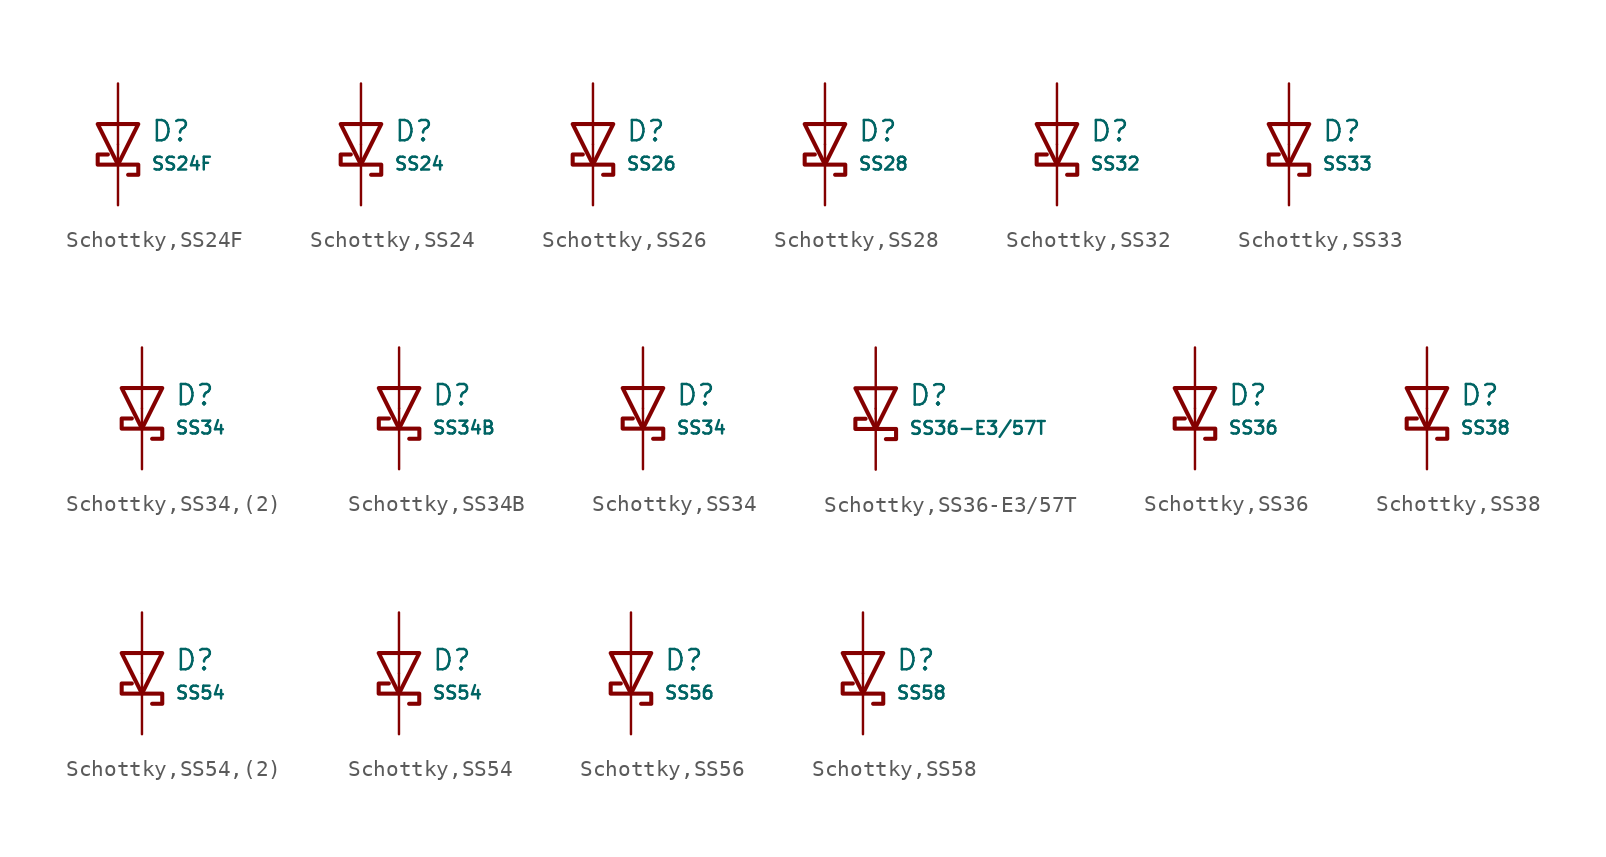
<source format=kicad_sym>
(kicad_symbol_lib
  (version 20231120)
  (generator "CDFER")
  (generator_version "8.0")
  (symbol "Schottky,SS24F"
    (pin_numbers hide)
    (pin_names
      (offset 0))
    (property "Reference" "D"
      (at 2.032 0.834 0)
      (effects (font (size 1.27 1.27)) (justify left)))
    (property "Value" "SS24F"
      (at 2.032 -1.212 0)
      (effects (font (size 0.8 0.8)) (justify left)))
    (symbol "Schottky,SS24F_0_1"
      (polyline (pts (xy -1.27 1.27) (xy 0.00 -1.27) (xy 1.27 1.27) (xy -1.27 1.27)) (stroke (width 0.254) (type default)) (fill (type none))))
    (symbol "Schottky,SS24F_0_1"
      (polyline (pts (xy 0.635 -1.905) (xy 1.27 -1.905) (xy 1.27 -1.27) (xy -1.27 -1.27) (xy -1.27 -0.635) (xy -0.635 -0.635)) (stroke (width 0.254) (type default)) (fill (type none))))
    (symbol "Schottky,SS24F_1_1"
      (pin passive line (at 0 3.81 270) (length 3.81) (name "~" (effects (font (size 1.27 1.27)))) (number "2" (effects (font (size 1.27 1.27)))))
      (pin passive line (at 0 -3.81 90) (length 3.81) (name "~" (effects (font (size 1.27 1.27)))) (number "1" (effects (font (size 1.27 1.27)))))))
  (symbol "Schottky,SS24"
    (pin_numbers hide)
    (pin_names
      (offset 0))
    (property "Reference" "D"
      (at 2.032 0.834 0)
      (effects (font (size 1.27 1.27)) (justify left)))
    (property "Value" "SS24"
      (at 2.032 -1.212 0)
      (effects (font (size 0.8 0.8)) (justify left)))
    (symbol "Schottky,SS24_0_1"
      (polyline (pts (xy -1.27 1.27) (xy 0.00 -1.27) (xy 1.27 1.27) (xy -1.27 1.27)) (stroke (width 0.254) (type default)) (fill (type none))))
    (symbol "Schottky,SS24_0_1"
      (polyline (pts (xy 0.635 -1.905) (xy 1.27 -1.905) (xy 1.27 -1.27) (xy -1.27 -1.27) (xy -1.27 -0.635) (xy -0.635 -0.635)) (stroke (width 0.254) (type default)) (fill (type none))))
    (symbol "Schottky,SS24_1_1"
      (pin passive line (at 0 3.81 270) (length 3.81) (name "~" (effects (font (size 1.27 1.27)))) (number "2" (effects (font (size 1.27 1.27)))))
      (pin passive line (at 0 -3.81 90) (length 3.81) (name "~" (effects (font (size 1.27 1.27)))) (number "1" (effects (font (size 1.27 1.27)))))))
  (symbol "Schottky,SS26"
    (pin_numbers hide)
    (pin_names
      (offset 0))
    (property "Reference" "D"
      (at 2.032 0.834 0)
      (effects (font (size 1.27 1.27)) (justify left)))
    (property "Value" "SS26"
      (at 2.032 -1.212 0)
      (effects (font (size 0.8 0.8)) (justify left)))
    (symbol "Schottky,SS26_0_1"
      (polyline (pts (xy -1.27 1.27) (xy 0.00 -1.27) (xy 1.27 1.27) (xy -1.27 1.27)) (stroke (width 0.254) (type default)) (fill (type none))))
    (symbol "Schottky,SS26_0_1"
      (polyline (pts (xy 0.635 -1.905) (xy 1.27 -1.905) (xy 1.27 -1.27) (xy -1.27 -1.27) (xy -1.27 -0.635) (xy -0.635 -0.635)) (stroke (width 0.254) (type default)) (fill (type none))))
    (symbol "Schottky,SS26_1_1"
      (pin passive line (at 0 3.81 270) (length 3.81) (name "~" (effects (font (size 1.27 1.27)))) (number "2" (effects (font (size 1.27 1.27)))))
      (pin passive line (at 0 -3.81 90) (length 3.81) (name "~" (effects (font (size 1.27 1.27)))) (number "1" (effects (font (size 1.27 1.27)))))))
  (symbol "Schottky,SS28"
    (pin_numbers hide)
    (pin_names
      (offset 0))
    (property "Reference" "D"
      (at 2.032 0.834 0)
      (effects (font (size 1.27 1.27)) (justify left)))
    (property "Value" "SS28"
      (at 2.032 -1.212 0)
      (effects (font (size 0.8 0.8)) (justify left)))
    (symbol "Schottky,SS28_0_1"
      (polyline (pts (xy -1.27 1.27) (xy 0.00 -1.27) (xy 1.27 1.27) (xy -1.27 1.27)) (stroke (width 0.254) (type default)) (fill (type none))))
    (symbol "Schottky,SS28_0_1"
      (polyline (pts (xy 0.635 -1.905) (xy 1.27 -1.905) (xy 1.27 -1.27) (xy -1.27 -1.27) (xy -1.27 -0.635) (xy -0.635 -0.635)) (stroke (width 0.254) (type default)) (fill (type none))))
    (symbol "Schottky,SS28_1_1"
      (pin passive line (at 0 3.81 270) (length 3.81) (name "~" (effects (font (size 1.27 1.27)))) (number "2" (effects (font (size 1.27 1.27)))))
      (pin passive line (at 0 -3.81 90) (length 3.81) (name "~" (effects (font (size 1.27 1.27)))) (number "1" (effects (font (size 1.27 1.27)))))))
  (symbol "Schottky,SS32"
    (pin_numbers hide)
    (pin_names
      (offset 0))
    (property "Reference" "D"
      (at 2.032 0.834 0)
      (effects (font (size 1.27 1.27)) (justify left)))
    (property "Value" "SS32"
      (at 2.032 -1.212 0)
      (effects (font (size 0.8 0.8)) (justify left)))
    (symbol "Schottky,SS32_0_1"
      (polyline (pts (xy -1.27 1.27) (xy 0.00 -1.27) (xy 1.27 1.27) (xy -1.27 1.27)) (stroke (width 0.254) (type default)) (fill (type none))))
    (symbol "Schottky,SS32_0_1"
      (polyline (pts (xy 0.635 -1.905) (xy 1.27 -1.905) (xy 1.27 -1.27) (xy -1.27 -1.27) (xy -1.27 -0.635) (xy -0.635 -0.635)) (stroke (width 0.254) (type default)) (fill (type none))))
    (symbol "Schottky,SS32_1_1"
      (pin passive line (at 0 3.81 270) (length 3.81) (name "~" (effects (font (size 1.27 1.27)))) (number "2" (effects (font (size 1.27 1.27)))))
      (pin passive line (at 0 -3.81 90) (length 3.81) (name "~" (effects (font (size 1.27 1.27)))) (number "1" (effects (font (size 1.27 1.27)))))))
  (symbol "Schottky,SS33"
    (pin_numbers hide)
    (pin_names
      (offset 0))
    (property "Reference" "D"
      (at 2.032 0.834 0)
      (effects (font (size 1.27 1.27)) (justify left)))
    (property "Value" "SS33"
      (at 2.032 -1.212 0)
      (effects (font (size 0.8 0.8)) (justify left)))
    (symbol "Schottky,SS33_0_1"
      (polyline (pts (xy -1.27 1.27) (xy 0.00 -1.27) (xy 1.27 1.27) (xy -1.27 1.27)) (stroke (width 0.254) (type default)) (fill (type none))))
    (symbol "Schottky,SS33_0_1"
      (polyline (pts (xy 0.635 -1.905) (xy 1.27 -1.905) (xy 1.27 -1.27) (xy -1.27 -1.27) (xy -1.27 -0.635) (xy -0.635 -0.635)) (stroke (width 0.254) (type default)) (fill (type none))))
    (symbol "Schottky,SS33_1_1"
      (pin passive line (at 0 3.81 270) (length 3.81) (name "~" (effects (font (size 1.27 1.27)))) (number "2" (effects (font (size 1.27 1.27)))))
      (pin passive line (at 0 -3.81 90) (length 3.81) (name "~" (effects (font (size 1.27 1.27)))) (number "1" (effects (font (size 1.27 1.27)))))))
  (symbol "Schottky,SS34,(2)"
    (pin_numbers hide)
    (pin_names
      (offset 0))
    (property "Reference" "D"
      (at 2.032 0.834 0)
      (effects (font (size 1.27 1.27)) (justify left)))
    (property "Value" "SS34"
      (at 2.032 -1.212 0)
      (effects (font (size 0.8 0.8)) (justify left)))
    (symbol "Schottky,SS34,(2)_0_1"
      (polyline (pts (xy -1.27 1.27) (xy 0.00 -1.27) (xy 1.27 1.27) (xy -1.27 1.27)) (stroke (width 0.254) (type default)) (fill (type none))))
    (symbol "Schottky,SS34,(2)_0_1"
      (polyline (pts (xy 0.635 -1.905) (xy 1.27 -1.905) (xy 1.27 -1.27) (xy -1.27 -1.27) (xy -1.27 -0.635) (xy -0.635 -0.635)) (stroke (width 0.254) (type default)) (fill (type none))))
    (symbol "Schottky,SS34,(2)_1_1"
      (pin passive line (at 0 3.81 270) (length 3.81) (name "~" (effects (font (size 1.27 1.27)))) (number "2" (effects (font (size 1.27 1.27)))))
      (pin passive line (at 0 -3.81 90) (length 3.81) (name "~" (effects (font (size 1.27 1.27)))) (number "1" (effects (font (size 1.27 1.27)))))))
  (symbol "Schottky,SS34B"
    (pin_numbers hide)
    (pin_names
      (offset 0))
    (property "Reference" "D"
      (at 2.032 0.834 0)
      (effects (font (size 1.27 1.27)) (justify left)))
    (property "Value" "SS34B"
      (at 2.032 -1.212 0)
      (effects (font (size 0.8 0.8)) (justify left)))
    (symbol "Schottky,SS34B_0_1"
      (polyline (pts (xy -1.27 1.27) (xy 0.00 -1.27) (xy 1.27 1.27) (xy -1.27 1.27)) (stroke (width 0.254) (type default)) (fill (type none))))
    (symbol "Schottky,SS34B_0_1"
      (polyline (pts (xy 0.635 -1.905) (xy 1.27 -1.905) (xy 1.27 -1.27) (xy -1.27 -1.27) (xy -1.27 -0.635) (xy -0.635 -0.635)) (stroke (width 0.254) (type default)) (fill (type none))))
    (symbol "Schottky,SS34B_1_1"
      (pin passive line (at 0 3.81 270) (length 3.81) (name "~" (effects (font (size 1.27 1.27)))) (number "2" (effects (font (size 1.27 1.27)))))
      (pin passive line (at 0 -3.81 90) (length 3.81) (name "~" (effects (font (size 1.27 1.27)))) (number "1" (effects (font (size 1.27 1.27)))))))
  (symbol "Schottky,SS34"
    (pin_numbers hide)
    (pin_names
      (offset 0))
    (property "Reference" "D"
      (at 2.032 0.834 0)
      (effects (font (size 1.27 1.27)) (justify left)))
    (property "Value" "SS34"
      (at 2.032 -1.212 0)
      (effects (font (size 0.8 0.8)) (justify left)))
    (symbol "Schottky,SS34_0_1"
      (polyline (pts (xy -1.27 1.27) (xy 0.00 -1.27) (xy 1.27 1.27) (xy -1.27 1.27)) (stroke (width 0.254) (type default)) (fill (type none))))
    (symbol "Schottky,SS34_0_1"
      (polyline (pts (xy 0.635 -1.905) (xy 1.27 -1.905) (xy 1.27 -1.27) (xy -1.27 -1.27) (xy -1.27 -0.635) (xy -0.635 -0.635)) (stroke (width 0.254) (type default)) (fill (type none))))
    (symbol "Schottky,SS34_1_1"
      (pin passive line (at 0 3.81 270) (length 3.81) (name "~" (effects (font (size 1.27 1.27)))) (number "2" (effects (font (size 1.27 1.27)))))
      (pin passive line (at 0 -3.81 90) (length 3.81) (name "~" (effects (font (size 1.27 1.27)))) (number "1" (effects (font (size 1.27 1.27)))))))
  (symbol "Schottky,SS36-E3/57T"
    (pin_numbers hide)
    (pin_names
      (offset 0))
    (property "Reference" "D"
      (at 2.032 0.834 0)
      (effects (font (size 1.27 1.27)) (justify left)))
    (property "Value" "SS36-E3/57T"
      (at 2.032 -1.212 0)
      (effects (font (size 0.8 0.8)) (justify left)))
    (symbol "Schottky,SS36-E3/57T_0_1"
      (polyline (pts (xy -1.27 1.27) (xy 0.00 -1.27) (xy 1.27 1.27) (xy -1.27 1.27)) (stroke (width 0.254) (type default)) (fill (type none))))
    (symbol "Schottky,SS36-E3/57T_0_1"
      (polyline (pts (xy 0.635 -1.905) (xy 1.27 -1.905) (xy 1.27 -1.27) (xy -1.27 -1.27) (xy -1.27 -0.635) (xy -0.635 -0.635)) (stroke (width 0.254) (type default)) (fill (type none))))
    (symbol "Schottky,SS36-E3/57T_1_1"
      (pin passive line (at 0 3.81 270) (length 3.81) (name "~" (effects (font (size 1.27 1.27)))) (number "2" (effects (font (size 1.27 1.27)))))
      (pin passive line (at 0 -3.81 90) (length 3.81) (name "~" (effects (font (size 1.27 1.27)))) (number "1" (effects (font (size 1.27 1.27)))))))
  (symbol "Schottky,SS36"
    (pin_numbers hide)
    (pin_names
      (offset 0))
    (property "Reference" "D"
      (at 2.032 0.834 0)
      (effects (font (size 1.27 1.27)) (justify left)))
    (property "Value" "SS36"
      (at 2.032 -1.212 0)
      (effects (font (size 0.8 0.8)) (justify left)))
    (symbol "Schottky,SS36_0_1"
      (polyline (pts (xy -1.27 1.27) (xy 0.00 -1.27) (xy 1.27 1.27) (xy -1.27 1.27)) (stroke (width 0.254) (type default)) (fill (type none))))
    (symbol "Schottky,SS36_0_1"
      (polyline (pts (xy 0.635 -1.905) (xy 1.27 -1.905) (xy 1.27 -1.27) (xy -1.27 -1.27) (xy -1.27 -0.635) (xy -0.635 -0.635)) (stroke (width 0.254) (type default)) (fill (type none))))
    (symbol "Schottky,SS36_1_1"
      (pin passive line (at 0 3.81 270) (length 3.81) (name "~" (effects (font (size 1.27 1.27)))) (number "2" (effects (font (size 1.27 1.27)))))
      (pin passive line (at 0 -3.81 90) (length 3.81) (name "~" (effects (font (size 1.27 1.27)))) (number "1" (effects (font (size 1.27 1.27)))))))
  (symbol "Schottky,SS38"
    (pin_numbers hide)
    (pin_names
      (offset 0))
    (property "Reference" "D"
      (at 2.032 0.834 0)
      (effects (font (size 1.27 1.27)) (justify left)))
    (property "Value" "SS38"
      (at 2.032 -1.212 0)
      (effects (font (size 0.8 0.8)) (justify left)))
    (symbol "Schottky,SS38_0_1"
      (polyline (pts (xy -1.27 1.27) (xy 0.00 -1.27) (xy 1.27 1.27) (xy -1.27 1.27)) (stroke (width 0.254) (type default)) (fill (type none))))
    (symbol "Schottky,SS38_0_1"
      (polyline (pts (xy 0.635 -1.905) (xy 1.27 -1.905) (xy 1.27 -1.27) (xy -1.27 -1.27) (xy -1.27 -0.635) (xy -0.635 -0.635)) (stroke (width 0.254) (type default)) (fill (type none))))
    (symbol "Schottky,SS38_1_1"
      (pin passive line (at 0 3.81 270) (length 3.81) (name "~" (effects (font (size 1.27 1.27)))) (number "2" (effects (font (size 1.27 1.27)))))
      (pin passive line (at 0 -3.81 90) (length 3.81) (name "~" (effects (font (size 1.27 1.27)))) (number "1" (effects (font (size 1.27 1.27)))))))
  (symbol "Schottky,SS54,(2)"
    (pin_numbers hide)
    (pin_names
      (offset 0))
    (property "Reference" "D"
      (at 2.032 0.834 0)
      (effects (font (size 1.27 1.27)) (justify left)))
    (property "Value" "SS54"
      (at 2.032 -1.212 0)
      (effects (font (size 0.8 0.8)) (justify left)))
    (symbol "Schottky,SS54,(2)_0_1"
      (polyline (pts (xy -1.27 1.27) (xy 0.00 -1.27) (xy 1.27 1.27) (xy -1.27 1.27)) (stroke (width 0.254) (type default)) (fill (type none))))
    (symbol "Schottky,SS54,(2)_0_1"
      (polyline (pts (xy 0.635 -1.905) (xy 1.27 -1.905) (xy 1.27 -1.27) (xy -1.27 -1.27) (xy -1.27 -0.635) (xy -0.635 -0.635)) (stroke (width 0.254) (type default)) (fill (type none))))
    (symbol "Schottky,SS54,(2)_1_1"
      (pin passive line (at 0 3.81 270) (length 3.81) (name "~" (effects (font (size 1.27 1.27)))) (number "2" (effects (font (size 1.27 1.27)))))
      (pin passive line (at 0 -3.81 90) (length 3.81) (name "~" (effects (font (size 1.27 1.27)))) (number "1" (effects (font (size 1.27 1.27)))))))
  (symbol "Schottky,SS54"
    (pin_numbers hide)
    (pin_names
      (offset 0))
    (property "Reference" "D"
      (at 2.032 0.834 0)
      (effects (font (size 1.27 1.27)) (justify left)))
    (property "Value" "SS54"
      (at 2.032 -1.212 0)
      (effects (font (size 0.8 0.8)) (justify left)))
    (symbol "Schottky,SS54_0_1"
      (polyline (pts (xy -1.27 1.27) (xy 0.00 -1.27) (xy 1.27 1.27) (xy -1.27 1.27)) (stroke (width 0.254) (type default)) (fill (type none))))
    (symbol "Schottky,SS54_0_1"
      (polyline (pts (xy 0.635 -1.905) (xy 1.27 -1.905) (xy 1.27 -1.27) (xy -1.27 -1.27) (xy -1.27 -0.635) (xy -0.635 -0.635)) (stroke (width 0.254) (type default)) (fill (type none))))
    (symbol "Schottky,SS54_1_1"
      (pin passive line (at 0 3.81 270) (length 3.81) (name "~" (effects (font (size 1.27 1.27)))) (number "2" (effects (font (size 1.27 1.27)))))
      (pin passive line (at 0 -3.81 90) (length 3.81) (name "~" (effects (font (size 1.27 1.27)))) (number "1" (effects (font (size 1.27 1.27)))))))
  (symbol "Schottky,SS56"
    (pin_numbers hide)
    (pin_names
      (offset 0))
    (property "Reference" "D"
      (at 2.032 0.834 0)
      (effects (font (size 1.27 1.27)) (justify left)))
    (property "Value" "SS56"
      (at 2.032 -1.212 0)
      (effects (font (size 0.8 0.8)) (justify left)))
    (symbol "Schottky,SS56_0_1"
      (polyline (pts (xy -1.27 1.27) (xy 0.00 -1.27) (xy 1.27 1.27) (xy -1.27 1.27)) (stroke (width 0.254) (type default)) (fill (type none))))
    (symbol "Schottky,SS56_0_1"
      (polyline (pts (xy 0.635 -1.905) (xy 1.27 -1.905) (xy 1.27 -1.27) (xy -1.27 -1.27) (xy -1.27 -0.635) (xy -0.635 -0.635)) (stroke (width 0.254) (type default)) (fill (type none))))
    (symbol "Schottky,SS56_1_1"
      (pin passive line (at 0 3.81 270) (length 3.81) (name "~" (effects (font (size 1.27 1.27)))) (number "2" (effects (font (size 1.27 1.27)))))
      (pin passive line (at 0 -3.81 90) (length 3.81) (name "~" (effects (font (size 1.27 1.27)))) (number "1" (effects (font (size 1.27 1.27)))))))
  (symbol "Schottky,SS58"
    (pin_numbers hide)
    (pin_names
      (offset 0))
    (property "Reference" "D"
      (at 2.032 0.834 0)
      (effects (font (size 1.27 1.27)) (justify left)))
    (property "Value" "SS58"
      (at 2.032 -1.212 0)
      (effects (font (size 0.8 0.8)) (justify left)))
    (symbol "Schottky,SS58_0_1"
      (polyline (pts (xy -1.27 1.27) (xy 0.00 -1.27) (xy 1.27 1.27) (xy -1.27 1.27)) (stroke (width 0.254) (type default)) (fill (type none))))
    (symbol "Schottky,SS58_0_1"
      (polyline (pts (xy 0.635 -1.905) (xy 1.27 -1.905) (xy 1.27 -1.27) (xy -1.27 -1.27) (xy -1.27 -0.635) (xy -0.635 -0.635)) (stroke (width 0.254) (type default)) (fill (type none))))
    (symbol "Schottky,SS58_1_1"
      (pin passive line (at 0 3.81 270) (length 3.81) (name "~" (effects (font (size 1.27 1.27)))) (number "2" (effects (font (size 1.27 1.27)))))
      (pin passive line (at 0 -3.81 90) (length 3.81) (name "~" (effects (font (size 1.27 1.27)))) (number "1" (effects (font (size 1.27 1.27))))))))
</source>
